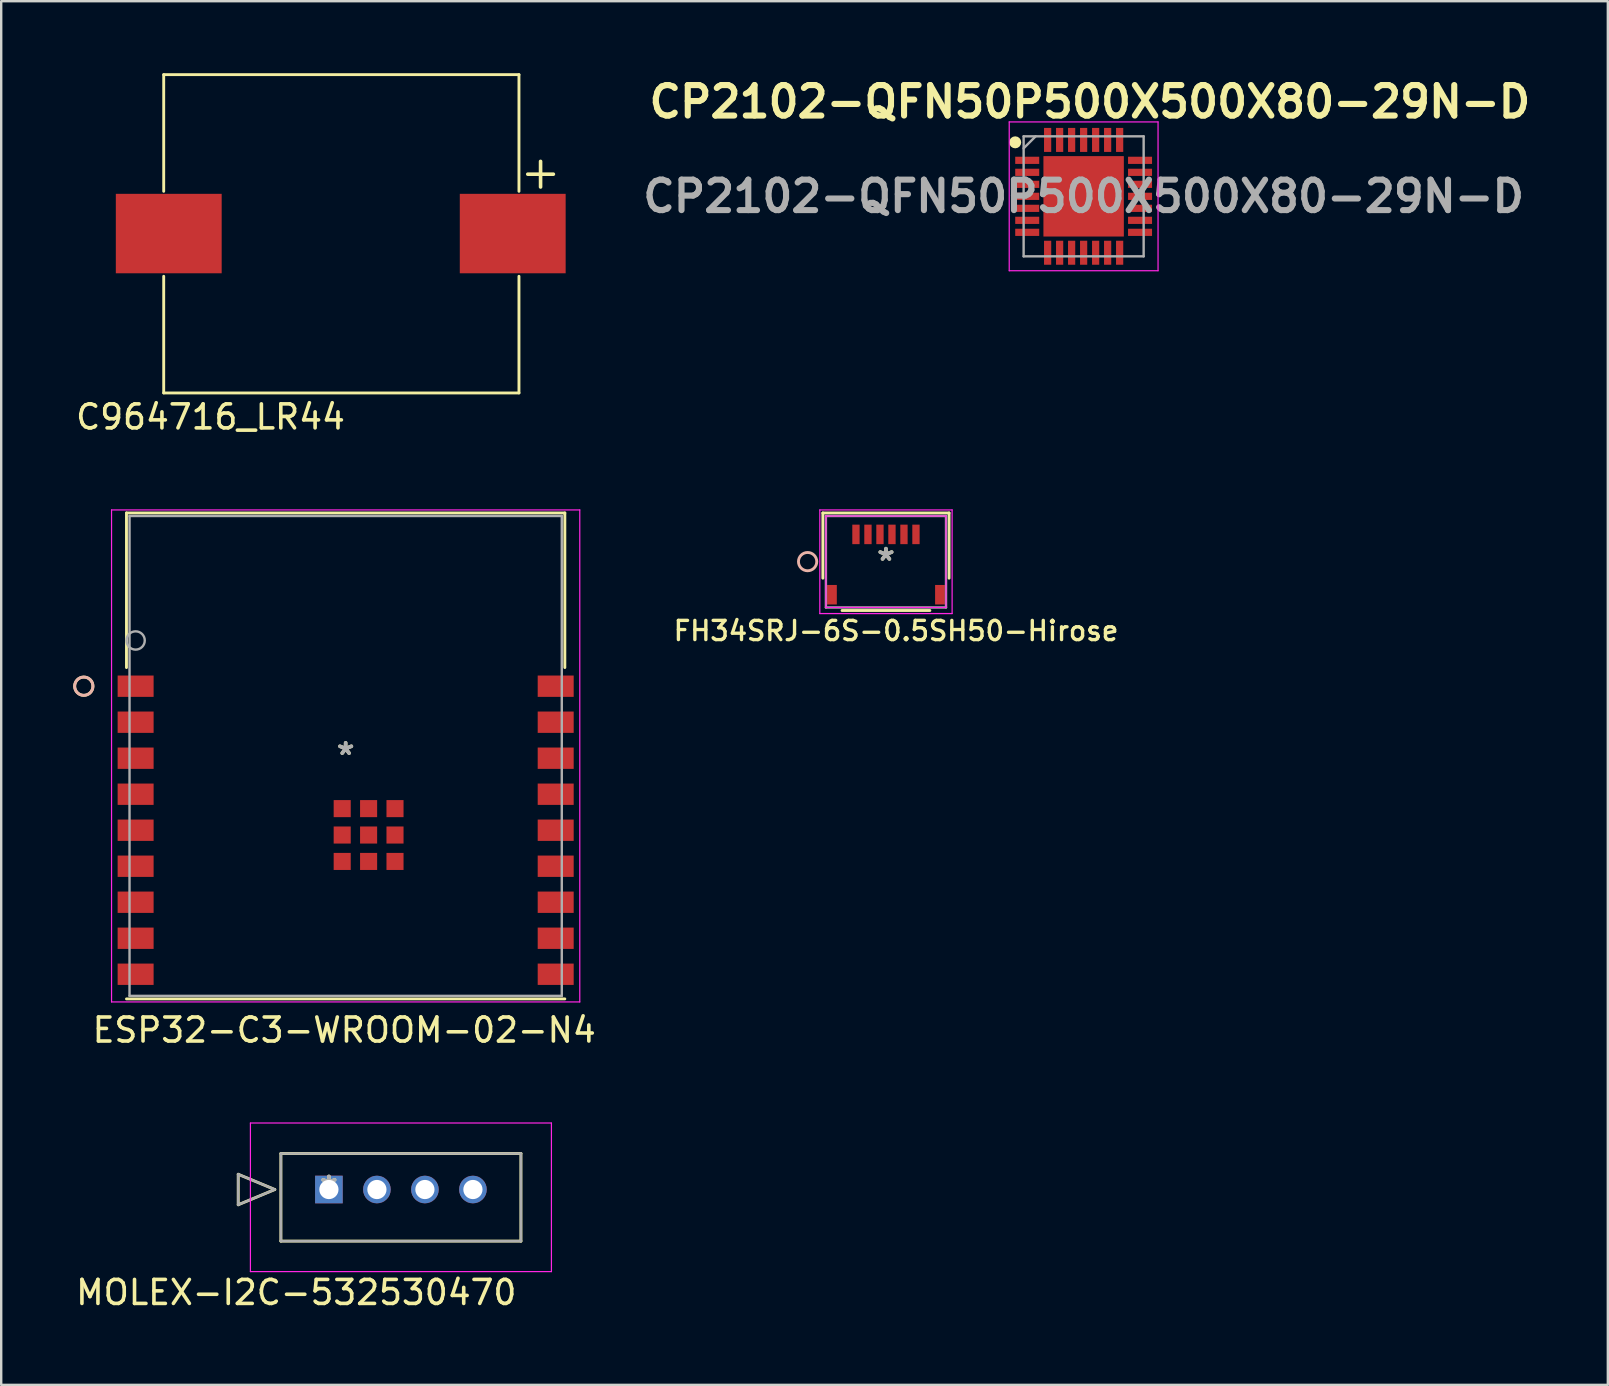
<source format=kicad_pcb>
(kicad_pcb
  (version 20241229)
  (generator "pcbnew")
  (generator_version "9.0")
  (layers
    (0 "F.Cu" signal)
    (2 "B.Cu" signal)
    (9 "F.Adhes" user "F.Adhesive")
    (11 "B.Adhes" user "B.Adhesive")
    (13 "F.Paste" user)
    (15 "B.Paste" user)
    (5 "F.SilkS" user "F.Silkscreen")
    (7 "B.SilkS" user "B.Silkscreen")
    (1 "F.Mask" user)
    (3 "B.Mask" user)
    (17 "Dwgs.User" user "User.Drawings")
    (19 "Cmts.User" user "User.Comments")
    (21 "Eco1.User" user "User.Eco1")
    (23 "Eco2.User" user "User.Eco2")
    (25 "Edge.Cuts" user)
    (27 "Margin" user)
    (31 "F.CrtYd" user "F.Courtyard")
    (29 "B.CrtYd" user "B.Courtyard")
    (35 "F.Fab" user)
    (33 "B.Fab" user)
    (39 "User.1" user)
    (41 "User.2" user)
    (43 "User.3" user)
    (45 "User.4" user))
  (footprint "MOLEX-I2C-532530470"
    (layer "F.Cu")
    (at 10.652 46.505)
    (property "Reference" "MOLEX-I2C-532530470" (at -1.36 4.29 0) (layer "F.SilkS") (effects (font (size 1 1) (thickness 0.15))))
    (attr through_hole)
    (fp_line (start -3.778 -0.635) (end -3.778 0.635) (stroke (width 0.12) (type solid)) (layer "F.SilkS"))
    (fp_line (start -3.778 0.635) (end -2.254 0) (stroke (width 0.12) (type solid)) (layer "F.SilkS"))
    (fp_line (start -2.254 0) (end -3.778 -0.635) (stroke (width 0.12) (type solid)) (layer "F.SilkS"))
    (fp_line (start -2 -1.5) (end -2 2.15) (stroke (width 0.12) (type solid)) (layer "F.SilkS"))
    (fp_line (start -2 2.15) (end 8 2.15) (stroke (width 0.12) (type solid)) (layer "F.SilkS"))
    (fp_line (start 8 -1.5) (end -2 -1.5) (stroke (width 0.12) (type solid)) (layer "F.SilkS"))
    (fp_line (start 8 2.15) (end 8 -1.5) (stroke (width 0.12) (type solid)) (layer "F.SilkS"))
    (fp_line (start -3.27 -2.77) (end -3.27 3.42) (stroke (width 0.05) (type solid)) (layer "F.CrtYd"))
    (fp_line (start -3.27 3.42) (end 9.27 3.42) (stroke (width 0.05) (type solid)) (layer "F.CrtYd"))
    (fp_line (start 9.27 -2.77) (end -3.27 -2.77) (stroke (width 0.05) (type solid)) (layer "F.CrtYd"))
    (fp_line (start 9.27 3.42) (end 9.27 -2.77) (stroke (width 0.05) (type solid)) (layer "F.CrtYd"))
    (fp_line (start -3.778 -0.635) (end -3.778 0.635) (stroke (width 0.1) (type solid)) (layer "F.Fab"))
    (fp_line (start -3.778 0.635) (end -2.254 0) (stroke (width 0.1) (type solid)) (layer "F.Fab"))
    (fp_line (start -2.254 0) (end -3.778 -0.635) (stroke (width 0.1) (type solid)) (layer "F.Fab"))
    (fp_line (start -2 -1.5) (end -2 2.15) (stroke (width 0.1) (type solid)) (layer "F.Fab"))
    (fp_line (start -2 2.15) (end 8 2.15) (stroke (width 0.1) (type solid)) (layer "F.Fab"))
    (fp_line (start 8 -1.5) (end -2 -1.5) (stroke (width 0.1) (type solid)) (layer "F.Fab"))
    (fp_line (start 8 2.15) (end 8 -1.5) (stroke (width 0.1) (type solid)) (layer "F.Fab"))
    (fp_text user "*" (at 0 0 0) (layer "F.SilkS") (effects (font (size 1 1) (thickness 0.15))))
    (fp_text user "Copyright 2021 Accelerated Designs. All rights reserved." (at 0 0 0) (layer "Cmts.User") (effects (font (size 0.127 0.127) (thickness 0.002))))
    (fp_text user "*" (at 0 0 0) (layer "F.Fab") (effects (font (size 1 1) (thickness 0.15))))
    (pad "1" thru_hole rect (at 0 0) (size 1.15 1.15) (drill 0.8) (layers "*.Cu" "*.Mask"))
    (pad "2" thru_hole circle (at 2 0) (size 1.15 1.15) (drill 0.8) (layers "*.Cu" "*.Mask"))
    (pad "3" thru_hole circle (at 4 0) (size 1.15 1.15) (drill 0.8) (layers "*.Cu" "*.Mask"))
    (pad "4" thru_hole circle (at 6 0) (size 1.15 1.15) (drill 0.8) (layers "*.Cu" "*.Mask")))
  (footprint "FH34SRJ-6S-0.5SH50-Hirose"
    (layer "F.Cu")
    (at 33.859 20.352)
    (property "Reference" "FH34SRJ-6S-0.5SH50-Hirose" (at 0.42 2.88 0) (layer "F.SilkS") (effects (font (size 0.8 0.8) (thickness 0.14))))
    (attr smd)
    (fp_line (start -2.629 -2.032) (end 2.629 -2.032) (stroke (width 0.12) (type solid)) (layer "F.SilkS"))
    (fp_line (start -2.629 0.685) (end -2.629 -2.032) (stroke (width 0.12) (type solid)) (layer "F.SilkS"))
    (fp_line (start 1.829 2.032) (end -1.829 2.032) (stroke (width 0.12) (type solid)) (layer "F.SilkS"))
    (fp_line (start 2.629 -2.032) (end 2.629 0.685) (stroke (width 0.12) (type solid)) (layer "F.SilkS"))
    (fp_circle (center -3.264 -0.005) (end -2.883 -0.005) (stroke (width 0.12) (type solid)) (fill no) (layer "B.SilkS"))
    (fp_line (start -2.756 -2.159) (end -2.756 2.159) (stroke (width 0.05) (type solid)) (layer "F.CrtYd"))
    (fp_line (start -2.756 2.159) (end 2.756 2.159) (stroke (width 0.05) (type solid)) (layer "F.CrtYd"))
    (fp_line (start -2.502 -1.905) (end -2.502 1.905) (stroke (width 0.05) (type solid)) (layer "F.CrtYd"))
    (fp_line (start -2.502 1.905) (end 2.502 1.905) (stroke (width 0.05) (type solid)) (layer "F.CrtYd"))
    (fp_line (start 2.502 -1.905) (end -2.502 -1.905) (stroke (width 0.05) (type solid)) (layer "F.CrtYd"))
    (fp_line (start 2.502 1.905) (end 2.502 -1.905) (stroke (width 0.05) (type solid)) (layer "F.CrtYd"))
    (fp_line (start 2.756 -2.159) (end -2.756 -2.159) (stroke (width 0.05) (type solid)) (layer "F.CrtYd"))
    (fp_line (start 2.756 2.159) (end 2.756 -2.159) (stroke (width 0.05) (type solid)) (layer "F.CrtYd"))
    (fp_line (start -2.502 -1.905) (end -2.502 1.905) (stroke (width 0.1) (type solid)) (layer "F.Fab"))
    (fp_line (start -2.502 1.905) (end 2.502 1.905) (stroke (width 0.1) (type solid)) (layer "F.Fab"))
    (fp_line (start 2.502 -1.905) (end -2.502 -1.905) (stroke (width 0.1) (type solid)) (layer "F.Fab"))
    (fp_line (start 2.502 1.905) (end 2.502 -1.905) (stroke (width 0.1) (type solid)) (layer "F.Fab"))
    (fp_text user "*" (at 0 0 0) (layer "F.SilkS") (effects (font (size 1 1) (thickness 0.15))))
    (fp_text user "Copyright 2021 Accelerated Designs. All rights reserved." (at 0 0 0) (layer "Cmts.User") (effects (font (size 0.127 0.127) (thickness 0.002))))
    (fp_text user "*" (at 0 0 0) (layer "F.Fab") (effects (font (size 1 1) (thickness 0.15))))
    (pad "1" smd rect (at 1.25 -1.139) (size 0.305 0.813) (layers "F.Cu" "F.Mask" "F.Paste"))
    (pad "2" smd rect (at 0.75 -1.139) (size 0.305 0.813) (layers "F.Cu" "F.Mask" "F.Paste"))
    (pad "3" smd rect (at 0.25 -1.139) (size 0.305 0.813) (layers "F.Cu" "F.Mask" "F.Paste"))
    (pad "4" smd rect (at -0.25 -1.139) (size 0.305 0.813) (layers "F.Cu" "F.Mask" "F.Paste"))
    (pad "5" smd rect (at -0.75 -1.139) (size 0.305 0.813) (layers "F.Cu" "F.Mask" "F.Paste"))
    (pad "6" smd rect (at -1.25 -1.139) (size 0.305 0.813) (layers "F.Cu" "F.Mask" "F.Paste"))
    (pad "7" smd rect (at -2.25 1.374) (size 0.406 0.813) (layers "F.Cu" "F.Mask" "F.Paste"))
    (pad "8" smd rect (at 2.25 1.374) (size 0.406 0.813) (layers "F.Cu" "F.Mask" "F.Paste")))
  (footprint "CP2102-QFN50P500X500X80-29N-D"
    (layer "F.Cu")
    (at 42.094 5.129)
    (property "Reference" "CP2102-QFN50P500X500X80-29N-D" (at 0.26 -3.94 0) (layer "F.SilkS") (effects (font (size 1.27 1.27) (thickness 0.254))))
    (attr smd)
    (fp_circle (center -2.85 -2.25) (end -2.85 -2.125) (stroke (width 0.25) (type solid)) (fill no) (layer "F.SilkS"))
    (fp_line (start -3.1 -3.1) (end 3.1 -3.1) (stroke (width 0.05) (type solid)) (layer "F.CrtYd"))
    (fp_line (start -3.1 3.1) (end -3.1 -3.1) (stroke (width 0.05) (type solid)) (layer "F.CrtYd"))
    (fp_line (start 3.1 -3.1) (end 3.1 3.1) (stroke (width 0.05) (type solid)) (layer "F.CrtYd"))
    (fp_line (start 3.1 3.1) (end -3.1 3.1) (stroke (width 0.05) (type solid)) (layer "F.CrtYd"))
    (fp_line (start -2.5 -2.5) (end 2.5 -2.5) (stroke (width 0.1) (type solid)) (layer "F.Fab"))
    (fp_line (start -2.5 -2) (end -2 -2.5) (stroke (width 0.1) (type solid)) (layer "F.Fab"))
    (fp_line (start -2.5 2.5) (end -2.5 -2.5) (stroke (width 0.1) (type solid)) (layer "F.Fab"))
    (fp_line (start 2.5 -2.5) (end 2.5 2.5) (stroke (width 0.1) (type solid)) (layer "F.Fab"))
    (fp_line (start 2.5 2.5) (end -2.5 2.5) (stroke (width 0.1) (type solid)) (layer "F.Fab"))
    (fp_text user "${REFERENCE}" (at 0 0 0) (layer "F.Fab") (effects (font (size 1.27 1.27) (thickness 0.254))))
    (pad "1" smd rect (at -2.35 -1.5 90) (size 0.3 1) (layers "F.Cu" "F.Mask" "F.Paste"))
    (pad "2" smd rect (at -2.35 -1 90) (size 0.3 1) (layers "F.Cu" "F.Mask" "F.Paste"))
    (pad "3" smd rect (at -2.35 -0.5 90) (size 0.3 1) (layers "F.Cu" "F.Mask" "F.Paste"))
    (pad "4" smd rect (at -2.35 0 90) (size 0.3 1) (layers "F.Cu" "F.Mask" "F.Paste"))
    (pad "5" smd rect (at -2.35 0.5 90) (size 0.3 1) (layers "F.Cu" "F.Mask" "F.Paste"))
    (pad "6" smd rect (at -2.35 1 90) (size 0.3 1) (layers "F.Cu" "F.Mask" "F.Paste"))
    (pad "7" smd rect (at -2.35 1.5 90) (size 0.3 1) (layers "F.Cu" "F.Mask" "F.Paste"))
    (pad "8" smd rect (at -1.5 2.35) (size 0.3 1) (layers "F.Cu" "F.Mask" "F.Paste"))
    (pad "9" smd rect (at -1 2.35) (size 0.3 1) (layers "F.Cu" "F.Mask" "F.Paste"))
    (pad "10" smd rect (at -0.5 2.35) (size 0.3 1) (layers "F.Cu" "F.Mask" "F.Paste"))
    (pad "11" smd rect (at 0 2.35) (size 0.3 1) (layers "F.Cu" "F.Mask" "F.Paste"))
    (pad "12" smd rect (at 0.5 2.35) (size 0.3 1) (layers "F.Cu" "F.Mask" "F.Paste"))
    (pad "13" smd rect (at 1 2.35) (size 0.3 1) (layers "F.Cu" "F.Mask" "F.Paste"))
    (pad "14" smd rect (at 1.5 2.35) (size 0.3 1) (layers "F.Cu" "F.Mask" "F.Paste"))
    (pad "15" smd rect (at 2.35 1.5 90) (size 0.3 1) (layers "F.Cu" "F.Mask" "F.Paste"))
    (pad "16" smd rect (at 2.35 1 90) (size 0.3 1) (layers "F.Cu" "F.Mask" "F.Paste"))
    (pad "17" smd rect (at 2.35 0.5 90) (size 0.3 1) (layers "F.Cu" "F.Mask" "F.Paste"))
    (pad "18" smd rect (at 2.35 0 90) (size 0.3 1) (layers "F.Cu" "F.Mask" "F.Paste"))
    (pad "19" smd rect (at 2.35 -0.5 90) (size 0.3 1) (layers "F.Cu" "F.Mask" "F.Paste"))
    (pad "20" smd rect (at 2.35 -1 90) (size 0.3 1) (layers "F.Cu" "F.Mask" "F.Paste"))
    (pad "21" smd rect (at 2.35 -1.5 90) (size 0.3 1) (layers "F.Cu" "F.Mask" "F.Paste"))
    (pad "22" smd rect (at 1.5 -2.35) (size 0.3 1) (layers "F.Cu" "F.Mask" "F.Paste"))
    (pad "23" smd rect (at 1 -2.35) (size 0.3 1) (layers "F.Cu" "F.Mask" "F.Paste"))
    (pad "24" smd rect (at 0.5 -2.35) (size 0.3 1) (layers "F.Cu" "F.Mask" "F.Paste"))
    (pad "25" smd rect (at 0 -2.35) (size 0.3 1) (layers "F.Cu" "F.Mask" "F.Paste"))
    (pad "26" smd rect (at -0.5 -2.35) (size 0.3 1) (layers "F.Cu" "F.Mask" "F.Paste"))
    (pad "27" smd rect (at -1 -2.35) (size 0.3 1) (layers "F.Cu" "F.Mask" "F.Paste"))
    (pad "28" smd rect (at -1.5 -2.35) (size 0.3 1) (layers "F.Cu" "F.Mask" "F.Paste"))
    (pad "29" smd rect (at 0 0) (size 3.35 3.35) (layers "F.Cu" "F.Mask" "F.Paste")))
  (footprint "ESP32-C3-WROOM-02-N4"
    (layer "F.Cu")
    (at 11.35 28.442)
    (property "Reference" "ESP32-C3-WROOM-02-N4" (at -0.06 11.42 0) (layer "F.SilkS") (effects (font (size 1 1) (thickness 0.15))))
    (attr smd)
    (fp_line (start -9.131 -10.122) (end -9.131 -3.682) (stroke (width 0.12) (type solid)) (layer "F.SilkS"))
    (fp_line (start -9.131 10.122) (end 9.131 10.122) (stroke (width 0.12) (type solid)) (layer "F.SilkS"))
    (fp_line (start 9.131 -10.122) (end -9.131 -10.122) (stroke (width 0.12) (type solid)) (layer "F.SilkS"))
    (fp_line (start 9.131 -3.682) (end 9.131 -10.122) (stroke (width 0.12) (type solid)) (layer "F.SilkS"))
    (fp_circle (center -10.909 -2.905) (end -10.528 -2.905) (stroke (width 0.12) (type solid)) (fill no) (layer "F.SilkS"))
    (fp_circle (center -10.909 -2.905) (end -10.528 -2.905) (stroke (width 0.12) (type solid)) (fill no) (layer "B.SilkS"))
    (fp_line (start -9.753 -10.249) (end -9.753 10.249) (stroke (width 0.05) (type solid)) (layer "F.CrtYd"))
    (fp_line (start -9.753 10.249) (end 9.753 10.249) (stroke (width 0.05) (type solid)) (layer "F.CrtYd"))
    (fp_line (start 9.753 -10.249) (end -9.753 -10.249) (stroke (width 0.05) (type solid)) (layer "F.CrtYd"))
    (fp_line (start 9.753 10.249) (end 9.753 -10.249) (stroke (width 0.05) (type solid)) (layer "F.CrtYd"))
    (fp_line (start -9.004 -9.995) (end -9.004 9.995) (stroke (width 0.1) (type solid)) (layer "F.Fab"))
    (fp_line (start -9.004 9.995) (end 9.004 9.995) (stroke (width 0.1) (type solid)) (layer "F.Fab"))
    (fp_line (start 9.004 -9.995) (end -9.004 -9.995) (stroke (width 0.1) (type solid)) (layer "F.Fab"))
    (fp_line (start 9.004 9.995) (end 9.004 -9.995) (stroke (width 0.1) (type solid)) (layer "F.Fab"))
    (fp_circle (center -8.75 -4.81) (end -8.369 -4.81) (stroke (width 0.1) (type solid)) (fill no) (layer "F.Fab"))
    (fp_text user "*" (at 0 0 0) (layer "F.SilkS") (effects (font (size 1 1) (thickness 0.15))))
    (fp_text user "Copyright 2021 Accelerated Designs. All rights reserved." (at 0 0 0) (layer "Cmts.User") (effects (font (size 0.127 0.127) (thickness 0.002))))
    (fp_text user "*" (at 0 0 0) (layer "F.Fab") (effects (font (size 1 1) (thickness 0.15))))
    (pad "1" smd rect (at -8.75 -2.905) (size 1.499 0.889) (layers "F.Cu" "F.Mask" "F.Paste"))
    (pad "2" smd rect (at -8.75 -1.405) (size 1.499 0.889) (layers "F.Cu" "F.Mask" "F.Paste"))
    (pad "3" smd rect (at -8.75 0.095) (size 1.499 0.889) (layers "F.Cu" "F.Mask" "F.Paste"))
    (pad "4" smd rect (at -8.75 1.595) (size 1.499 0.889) (layers "F.Cu" "F.Mask" "F.Paste"))
    (pad "5" smd rect (at -8.75 3.095) (size 1.499 0.889) (layers "F.Cu" "F.Mask" "F.Paste"))
    (pad "6" smd rect (at -8.75 4.595) (size 1.499 0.889) (layers "F.Cu" "F.Mask" "F.Paste"))
    (pad "7" smd rect (at -8.75 6.095) (size 1.499 0.889) (layers "F.Cu" "F.Mask" "F.Paste"))
    (pad "8" smd rect (at -8.75 7.595) (size 1.499 0.889) (layers "F.Cu" "F.Mask" "F.Paste"))
    (pad "9" smd rect (at -8.75 9.095) (size 1.499 0.889) (layers "F.Cu" "F.Mask" "F.Paste"))
    (pad "10" smd rect (at 8.75 9.095) (size 1.499 0.889) (layers "F.Cu" "F.Mask" "F.Paste"))
    (pad "11" smd rect (at 8.75 7.595) (size 1.499 0.889) (layers "F.Cu" "F.Mask" "F.Paste"))
    (pad "12" smd rect (at 8.75 6.095) (size 1.499 0.889) (layers "F.Cu" "F.Mask" "F.Paste"))
    (pad "13" smd rect (at 8.75 4.595) (size 1.499 0.889) (layers "F.Cu" "F.Mask" "F.Paste"))
    (pad "14" smd rect (at 8.75 3.095) (size 1.499 0.889) (layers "F.Cu" "F.Mask" "F.Paste"))
    (pad "15" smd rect (at 8.75 1.595) (size 1.499 0.889) (layers "F.Cu" "F.Mask" "F.Paste"))
    (pad "16" smd rect (at 8.75 0.095) (size 1.499 0.889) (layers "F.Cu" "F.Mask" "F.Paste"))
    (pad "17" smd rect (at 8.75 -1.405) (size 1.499 0.889) (layers "F.Cu" "F.Mask" "F.Paste"))
    (pad "18" smd rect (at 8.75 -2.905) (size 1.499 0.889) (layers "F.Cu" "F.Mask" "F.Paste"))
    (pad "19" smd rect (at -0.144 2.195) (size 0.711 0.711) (layers "F.Cu" "F.Mask" "F.Paste"))
    (pad "20" smd rect (at 0.956 2.195) (size 0.711 0.711) (layers "F.Cu" "F.Mask" "F.Paste"))
    (pad "21" smd rect (at 2.056 2.195) (size 0.711 0.711) (layers "F.Cu" "F.Mask" "F.Paste"))
    (pad "22" smd rect (at -0.144 3.295) (size 0.711 0.711) (layers "F.Cu" "F.Mask" "F.Paste"))
    (pad "23" smd rect (at 0.956 3.295) (size 0.711 0.711) (layers "F.Cu" "F.Mask" "F.Paste"))
    (pad "24" smd rect (at 2.056 3.295) (size 0.711 0.711) (layers "F.Cu" "F.Mask" "F.Paste"))
    (pad "25" smd rect (at -0.144 4.395) (size 0.711 0.711) (layers "F.Cu" "F.Mask" "F.Paste"))
    (pad "26" smd rect (at 0.956 4.395) (size 0.711 0.711) (layers "F.Cu" "F.Mask" "F.Paste"))
    (pad "27" smd rect (at 2.056 4.395) (size 0.711 0.711) (layers "F.Cu" "F.Mask" "F.Paste")))
  (footprint "C964716_LR44"
    (layer "F.Cu")
    (at 11.17 6.6)
    (property "Reference" "C964716_LR44" (at -5.45 7.72 0) (unlocked yes) (layer "F.SilkS") (effects (font (size 1 1) (thickness 0.15))))
    (attr smd)
    (fp_line (start -7.4 -6.54) (end -7.4 -1.68) (stroke (width 0.12) (type solid)) (layer "F.SilkS"))
    (fp_line (start -7.4 -6.54) (end 7.4 -6.54) (stroke (width 0.12) (type solid)) (layer "F.SilkS"))
    (fp_line (start -7.4 6.72) (end -7.4 1.86) (stroke (width 0.12) (type solid)) (layer "F.SilkS"))
    (fp_line (start 7.4 -6.54) (end 7.4 -1.68) (stroke (width 0.12) (type solid)) (layer "F.SilkS"))
    (fp_line (start 7.4 6.72) (end -7.4 6.72) (stroke (width 0.12) (type solid)) (layer "F.SilkS"))
    (fp_line (start 7.4 6.72) (end 7.4 1.86) (stroke (width 0.12) (type solid)) (layer "F.SilkS"))
    (fp_text user "+" (at 8.3 -2.5 0) (unlocked yes) (layer "F.SilkS") (effects (font (size 1.4 1.4) (thickness 0.15))))
    (pad "1" smd rect (at -7.19 0.08) (size 4.41 3.31) (layers "F.Cu" "F.Mask" "F.Paste"))
    (pad "2" smd rect (at 7.14 0.08) (size 4.41 3.31) (layers "F.Cu" "F.Mask" "F.Paste")))
  (gr_rect
    (start -3 -3)
    (end 63.932 54.644)
    (stroke (width 0.1) (type default))
    (fill no)
    (layer "Edge.Cuts")))
</source>
